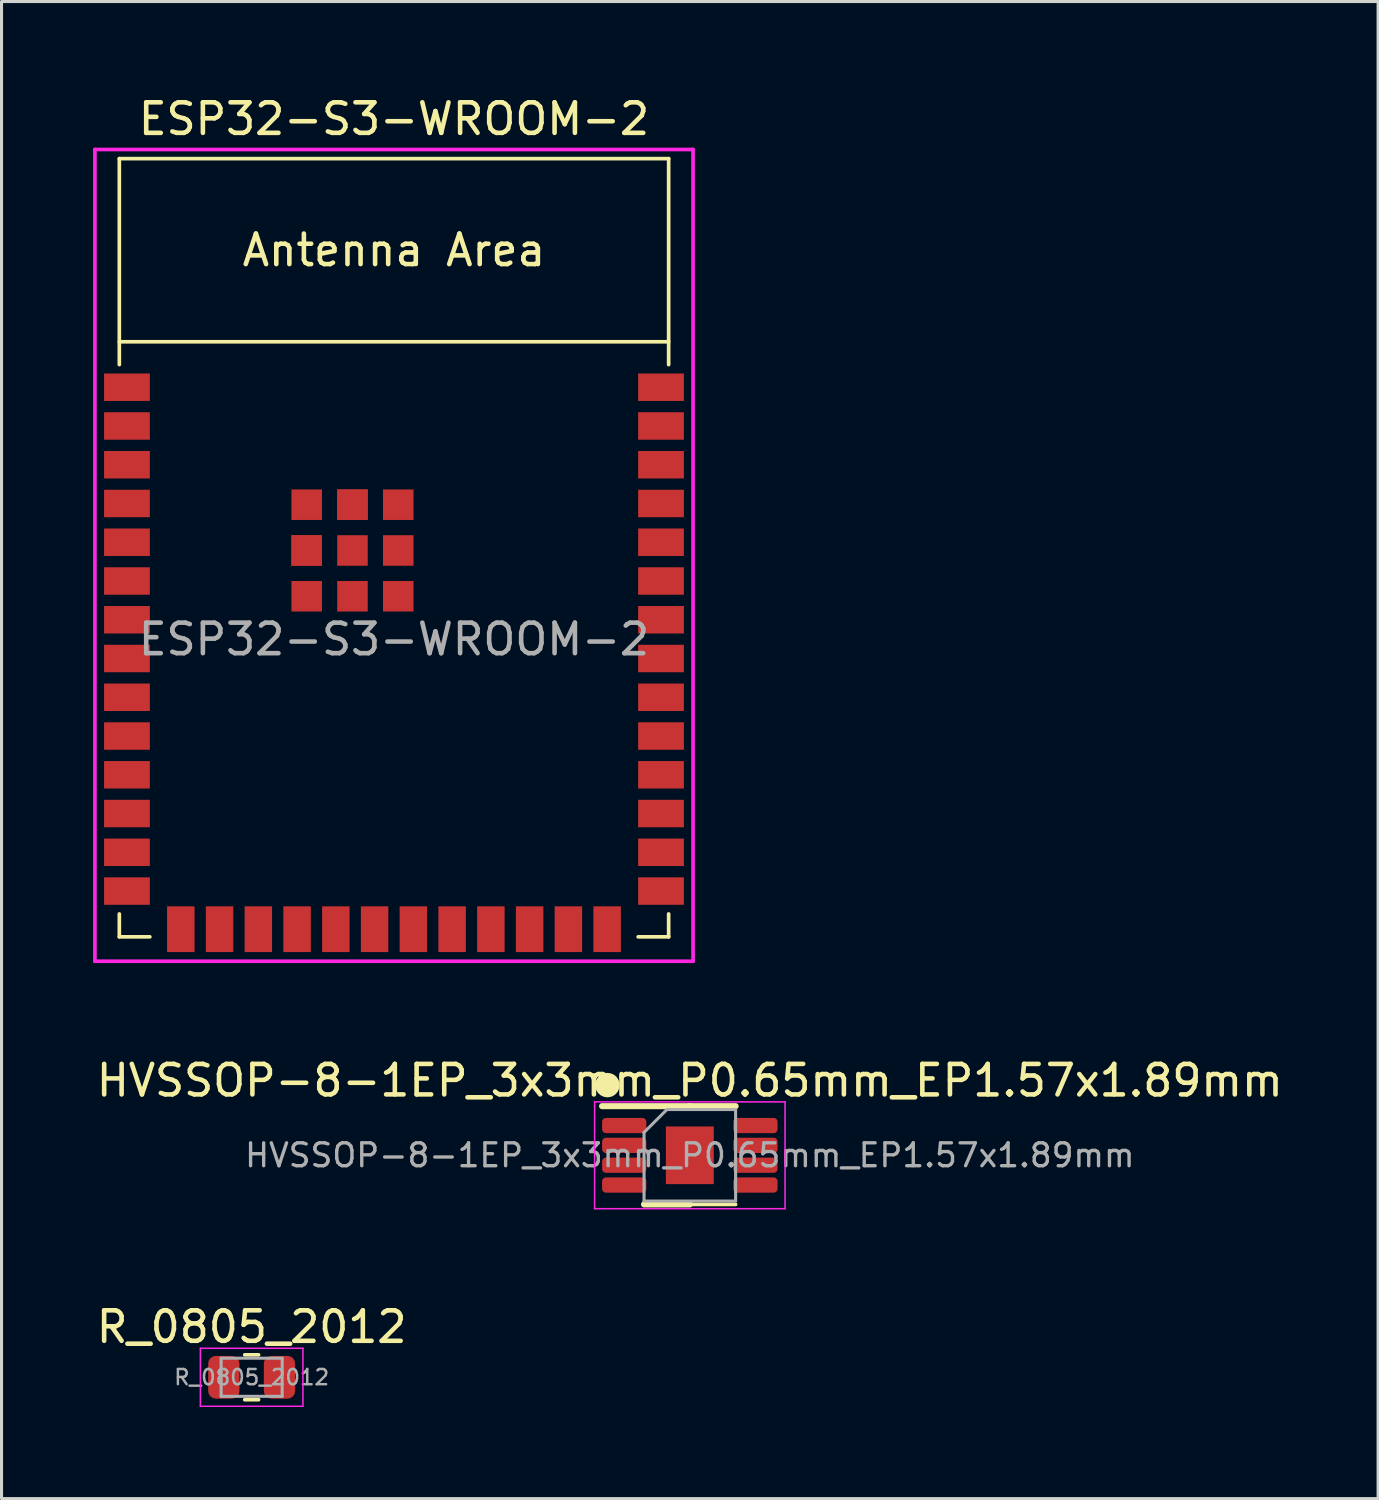
<source format=kicad_pcb>
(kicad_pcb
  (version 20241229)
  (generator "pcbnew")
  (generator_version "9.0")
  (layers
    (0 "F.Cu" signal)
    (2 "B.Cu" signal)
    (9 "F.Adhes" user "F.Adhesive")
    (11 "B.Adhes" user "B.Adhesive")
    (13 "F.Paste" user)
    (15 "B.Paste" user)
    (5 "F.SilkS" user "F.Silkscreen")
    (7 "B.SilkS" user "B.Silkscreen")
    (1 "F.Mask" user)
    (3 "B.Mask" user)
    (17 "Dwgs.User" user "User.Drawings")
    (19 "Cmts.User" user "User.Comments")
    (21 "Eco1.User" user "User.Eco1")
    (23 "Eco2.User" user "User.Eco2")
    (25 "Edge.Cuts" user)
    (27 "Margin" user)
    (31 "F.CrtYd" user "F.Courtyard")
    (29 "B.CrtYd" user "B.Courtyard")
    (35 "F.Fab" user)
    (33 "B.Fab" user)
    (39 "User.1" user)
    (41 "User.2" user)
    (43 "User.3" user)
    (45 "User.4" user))
  (footprint "R_0805_2012"
    (layer "F.Cu")
    (at 5.196 42.08)
    (property "Reference" "R_0805_2012" (at 0 -1.65 0) (layer "F.SilkS") (effects (font (size 1 1) (thickness 0.15))))
    (attr smd)
    (fp_line (start -0.227 -0.735) (end 0.227 -0.735) (stroke (width 0.12) (type solid)) (layer "F.SilkS"))
    (fp_line (start -0.227 0.735) (end 0.227 0.735) (stroke (width 0.12) (type solid)) (layer "F.SilkS"))
    (fp_line (start -1.68 -0.95) (end 1.68 -0.95) (stroke (width 0.05) (type solid)) (layer "F.CrtYd"))
    (fp_line (start -1.68 0.95) (end -1.68 -0.95) (stroke (width 0.05) (type solid)) (layer "F.CrtYd"))
    (fp_line (start 1.68 -0.95) (end 1.68 0.95) (stroke (width 0.05) (type solid)) (layer "F.CrtYd"))
    (fp_line (start 1.68 0.95) (end -1.68 0.95) (stroke (width 0.05) (type solid)) (layer "F.CrtYd"))
    (fp_line (start -1 -0.625) (end 1 -0.625) (stroke (width 0.1) (type solid)) (layer "F.Fab"))
    (fp_line (start -1 0.625) (end -1 -0.625) (stroke (width 0.1) (type solid)) (layer "F.Fab"))
    (fp_line (start 1 -0.625) (end 1 0.625) (stroke (width 0.1) (type solid)) (layer "F.Fab"))
    (fp_line (start 1 0.625) (end -1 0.625) (stroke (width 0.1) (type solid)) (layer "F.Fab"))
    (fp_text user "${REFERENCE}" (at 0 0 0) (layer "F.Fab") (effects (font (size 0.5 0.5) (thickness 0.08))))
    (pad "1" smd roundrect (at -0.912 0) (size 1.025 1.4) (layers "F.Cu" "F.Mask" "F.Paste") (roundrect_rratio 0.244))
    (pad "2" smd roundrect (at 0.912 0) (size 1.025 1.4) (layers "F.Cu" "F.Mask" "F.Paste") (roundrect_rratio 0.244)))
  (footprint "ESP32-S3-WROOM-2"
    (layer "F.Cu")
    (at 9.86 17.898)
    (property "Reference" "ESP32-S3-WROOM-2" (at 0 -17.05 0) (layer "F.SilkS") (effects (font (size 1 1) (thickness 0.15))))
    (attr smd)
    (fp_line (start -9 -15.75) (end -9 -9) (stroke (width 0.12) (type solid)) (layer "F.SilkS"))
    (fp_line (start -9 -15.75) (end 9 -15.75) (stroke (width 0.12) (type solid)) (layer "F.SilkS"))
    (fp_line (start -9 9) (end -9 9.75) (stroke (width 0.12) (type solid)) (layer "F.SilkS"))
    (fp_line (start -9 9.75) (end -8 9.75) (stroke (width 0.12) (type solid)) (layer "F.SilkS"))
    (fp_line (start 9 -15.75) (end 9 -9) (stroke (width 0.12) (type solid)) (layer "F.SilkS"))
    (fp_line (start 9 -9.75) (end -9 -9.75) (stroke (width 0.12) (type solid)) (layer "F.SilkS"))
    (fp_line (start 9 9) (end 9 9.75) (stroke (width 0.12) (type solid)) (layer "F.SilkS"))
    (fp_line (start 9 9.75) (end 8 9.75) (stroke (width 0.12) (type solid)) (layer "F.SilkS"))
    (fp_line (start -9 -15.75) (end 9 -15.75) (stroke (width 0.12) (type solid)) (layer "Eco2.User"))
    (fp_line (start -9 -9.75) (end 9 -9.75) (stroke (width 0.12) (type solid)) (layer "Eco2.User"))
    (fp_line (start -9 9.75) (end -9 -15.75) (stroke (width 0.12) (type solid)) (layer "Eco2.User"))
    (fp_line (start 9 -15.75) (end 9 9.75) (stroke (width 0.12) (type solid)) (layer "Eco2.User"))
    (fp_line (start 9 9.75) (end -9 9.75) (stroke (width 0.12) (type solid)) (layer "Eco2.User"))
    (fp_line (start -9.8 -16.05) (end -9.8 10.55) (stroke (width 0.12) (type solid)) (layer "F.CrtYd"))
    (fp_line (start -9.8 10.55) (end 9.8 10.55) (stroke (width 0.12) (type solid)) (layer "F.CrtYd"))
    (fp_line (start 9.8 -16.05) (end -9.8 -16.05) (stroke (width 0.12) (type solid)) (layer "F.CrtYd"))
    (fp_line (start 9.8 -16.05) (end 9.8 10.55) (stroke (width 0.12) (type solid)) (layer "F.CrtYd"))
    (fp_text user "Antenna Area" (at 0 -12.75 0) (layer "F.SilkS") (effects (font (size 1 1) (thickness 0.15))))
    (fp_text user "Antenna Area" (at 0 -12.75 0) (layer "Eco2.User") (effects (font (size 1 1) (thickness 0.15))))
    (fp_text user "${REFERENCE}" (at 0 0 0) (layer "F.Fab") (effects (font (size 1 1) (thickness 0.15))))
    (pad "1" smd rect (at -8.75 -8.26) (size 1.5 0.9) (layers "F.Cu" "F.Mask" "F.Paste"))
    (pad "2" smd rect (at -8.75 -6.99) (size 1.5 0.9) (layers "F.Cu" "F.Mask" "F.Paste"))
    (pad "3" smd rect (at -8.75 -5.72) (size 1.5 0.9) (layers "F.Cu" "F.Mask" "F.Paste"))
    (pad "4" smd rect (at -8.75 -4.45) (size 1.5 0.9) (layers "F.Cu" "F.Mask" "F.Paste"))
    (pad "5" smd rect (at -8.75 -3.18) (size 1.5 0.9) (layers "F.Cu" "F.Mask" "F.Paste"))
    (pad "6" smd rect (at -8.75 -1.91) (size 1.5 0.9) (layers "F.Cu" "F.Mask" "F.Paste"))
    (pad "7" smd rect (at -8.75 -0.64) (size 1.5 0.9) (layers "F.Cu" "F.Mask" "F.Paste"))
    (pad "8" smd rect (at -8.75 0.63) (size 1.5 0.9) (layers "F.Cu" "F.Mask" "F.Paste"))
    (pad "9" smd rect (at -8.75 1.9) (size 1.5 0.9) (layers "F.Cu" "F.Mask" "F.Paste"))
    (pad "10" smd rect (at -8.75 3.17) (size 1.5 0.9) (layers "F.Cu" "F.Mask" "F.Paste"))
    (pad "11" smd rect (at -8.75 4.44) (size 1.5 0.9) (layers "F.Cu" "F.Mask" "F.Paste"))
    (pad "12" smd rect (at -8.75 5.71) (size 1.5 0.9) (layers "F.Cu" "F.Mask" "F.Paste"))
    (pad "13" smd rect (at -8.75 6.98) (size 1.5 0.9) (layers "F.Cu" "F.Mask" "F.Paste"))
    (pad "14" smd rect (at -8.75 8.25) (size 1.5 0.9) (layers "F.Cu" "F.Mask" "F.Paste"))
    (pad "15" smd rect (at -6.985 9.5 90) (size 1.5 0.9) (layers "F.Cu" "F.Mask" "F.Paste"))
    (pad "16" smd rect (at -5.715 9.5 90) (size 1.5 0.9) (layers "F.Cu" "F.Mask" "F.Paste"))
    (pad "17" smd rect (at -4.445 9.5 90) (size 1.5 0.9) (layers "F.Cu" "F.Mask" "F.Paste"))
    (pad "18" smd rect (at -3.175 9.5 90) (size 1.5 0.9) (layers "F.Cu" "F.Mask" "F.Paste"))
    (pad "19" smd rect (at -1.905 9.5 90) (size 1.5 0.9) (layers "F.Cu" "F.Mask" "F.Paste"))
    (pad "20" smd rect (at -0.635 9.5 90) (size 1.5 0.9) (layers "F.Cu" "F.Mask" "F.Paste"))
    (pad "21" smd rect (at 0.635 9.5 90) (size 1.5 0.9) (layers "F.Cu" "F.Mask" "F.Paste"))
    (pad "22" smd rect (at 1.905 9.5 90) (size 1.5 0.9) (layers "F.Cu" "F.Mask" "F.Paste"))
    (pad "23" smd rect (at 3.175 9.5 90) (size 1.5 0.9) (layers "F.Cu" "F.Mask" "F.Paste"))
    (pad "24" smd rect (at 4.445 9.5 90) (size 1.5 0.9) (layers "F.Cu" "F.Mask" "F.Paste"))
    (pad "25" smd rect (at 5.715 9.5 90) (size 1.5 0.9) (layers "F.Cu" "F.Mask" "F.Paste"))
    (pad "26" smd rect (at 6.985 9.5 90) (size 1.5 0.9) (layers "F.Cu" "F.Mask" "F.Paste"))
    (pad "27" smd rect (at 8.75 8.25 180) (size 1.5 0.9) (layers "F.Cu" "F.Mask" "F.Paste"))
    (pad "28" smd rect (at 8.75 6.98 180) (size 1.5 0.9) (layers "F.Cu" "F.Mask" "F.Paste"))
    (pad "29" smd rect (at 8.75 5.71 180) (size 1.5 0.9) (layers "F.Cu" "F.Mask" "F.Paste"))
    (pad "30" smd rect (at 8.75 4.44 180) (size 1.5 0.9) (layers "F.Cu" "F.Mask" "F.Paste"))
    (pad "31" smd rect (at 8.75 3.17 180) (size 1.5 0.9) (layers "F.Cu" "F.Mask" "F.Paste"))
    (pad "32" smd rect (at 8.75 1.9 180) (size 1.5 0.9) (layers "F.Cu" "F.Mask" "F.Paste"))
    (pad "33" smd rect (at 8.75 0.63 180) (size 1.5 0.9) (layers "F.Cu" "F.Mask" "F.Paste"))
    (pad "34" smd rect (at 8.75 -0.64 180) (size 1.5 0.9) (layers "F.Cu" "F.Mask" "F.Paste"))
    (pad "35" smd rect (at 8.75 -1.91 180) (size 1.5 0.9) (layers "F.Cu" "F.Mask" "F.Paste"))
    (pad "36" smd rect (at 8.75 -3.18 180) (size 1.5 0.9) (layers "F.Cu" "F.Mask" "F.Paste"))
    (pad "37" smd rect (at 8.75 -4.45 180) (size 1.5 0.9) (layers "F.Cu" "F.Mask" "F.Paste"))
    (pad "38" smd rect (at 8.75 -5.72 180) (size 1.5 0.9) (layers "F.Cu" "F.Mask" "F.Paste"))
    (pad "39" smd rect (at 8.75 -6.99 180) (size 1.5 0.9) (layers "F.Cu" "F.Mask" "F.Paste"))
    (pad "40" smd rect (at 8.75 -8.26 180) (size 1.5 0.9) (layers "F.Cu" "F.Mask" "F.Paste"))
    (pad "41" smd rect (at -2.86 -4.41 180) (size 1 1) (layers "F.Cu" "F.Mask" "F.Paste"))
    (pad "41" smd rect (at -2.86 -2.91 180) (size 1 1) (layers "F.Cu" "F.Mask" "F.Paste"))
    (pad "41" smd rect (at -2.86 -2.91 180) (size 1 1) (layers "F.Cu" "F.Mask" "F.Paste"))
    (pad "41" smd rect (at -2.86 -1.41 180) (size 1 1) (layers "F.Cu" "F.Mask" "F.Paste"))
    (pad "41" smd rect (at -1.36 -4.41 180) (size 1 1) (layers "F.Cu" "F.Mask" "F.Paste"))
    (pad "41" smd rect (at -1.36 -4.41 180) (size 1 1) (layers "F.Cu" "F.Mask" "F.Paste"))
    (pad "41" smd rect (at -1.36 -2.91 180) (size 1 1) (layers "F.Cu" "F.Mask" "F.Paste"))
    (pad "41" smd rect (at -1.36 -1.41 180) (size 1 1) (layers "F.Cu" "F.Mask" "F.Paste"))
    (pad "41" smd rect (at 0.14 -4.41 180) (size 1 1) (layers "F.Cu" "F.Mask" "F.Paste"))
    (pad "41" smd rect (at 0.14 -2.91 180) (size 1 1) (layers "F.Cu" "F.Mask" "F.Paste"))
    (pad "41" smd rect (at 0.14 -1.41 180) (size 1 1) (layers "F.Cu" "F.Mask" "F.Paste")))
  (footprint "HVSSOP-8-1EP_3x3mm_P0.65mm_EP1.57x1.89mm"
    (layer "F.Cu")
    (at 19.554 34.806)
    (property "Reference" "HVSSOP-8-1EP_3x3mm_P0.65mm_EP1.57x1.89mm" (at 0 -2.45 0) (layer "F.SilkS") (effects (font (size 1 1) (thickness 0.15))))
    (attr smd)
    (fp_line (start 0 -1.61) (end -2.875 -1.61) (stroke (width 0.2) (type solid)) (layer "F.SilkS"))
    (fp_line (start 0 -1.61) (end 1.5 -1.61) (stroke (width 0.2) (type solid)) (layer "F.SilkS"))
    (fp_line (start 0 1.61) (end -1.5 1.61) (stroke (width 0.2) (type solid)) (layer "F.SilkS"))
    (fp_line (start 0 1.61) (end 1.5 1.61) (stroke (width 0.12) (type solid)) (layer "F.SilkS"))
    (fp_circle (center -2.7 -2.3) (end -2.5 -2.3) (stroke (width 0.4) (type solid)) (fill no) (layer "F.SilkS"))
    (fp_line (start -3.12 -1.75) (end -3.12 1.75) (stroke (width 0.05) (type solid)) (layer "F.CrtYd"))
    (fp_line (start -3.12 1.75) (end 3.12 1.75) (stroke (width 0.05) (type solid)) (layer "F.CrtYd"))
    (fp_line (start 3.12 -1.75) (end -3.12 -1.75) (stroke (width 0.05) (type solid)) (layer "F.CrtYd"))
    (fp_line (start 3.12 1.75) (end 3.12 -1.75) (stroke (width 0.05) (type solid)) (layer "F.CrtYd"))
    (fp_line (start -1.5 -0.75) (end -0.75 -1.5) (stroke (width 0.1) (type solid)) (layer "F.Fab"))
    (fp_line (start -1.5 1.5) (end -1.5 -0.75) (stroke (width 0.1) (type solid)) (layer "F.Fab"))
    (fp_line (start -0.75 -1.5) (end 1.5 -1.5) (stroke (width 0.1) (type solid)) (layer "F.Fab"))
    (fp_line (start 1.5 -1.5) (end 1.5 1.5) (stroke (width 0.1) (type solid)) (layer "F.Fab"))
    (fp_line (start 1.5 1.5) (end -1.5 1.5) (stroke (width 0.1) (type solid)) (layer "F.Fab"))
    (fp_text user "${REFERENCE}" (at 0 0 0) (layer "F.Fab") (effects (font (size 0.75 0.75) (thickness 0.11))))
    (pad "" smd roundrect (at -0.39 -0.47) (size 0.63 0.76) (layers "F.Paste") (roundrect_rratio 0.25))
    (pad "" smd roundrect (at -0.39 0.47) (size 0.63 0.76) (layers "F.Paste") (roundrect_rratio 0.25))
    (pad "" smd roundrect (at 0.39 -0.47) (size 0.63 0.76) (layers "F.Paste") (roundrect_rratio 0.25))
    (pad "" smd roundrect (at 0.39 0.47) (size 0.63 0.76) (layers "F.Paste") (roundrect_rratio 0.25))
    (pad "1" smd roundrect (at -2.15 -0.975) (size 1.45 0.5) (layers "F.Cu" "F.Mask" "F.Paste") (roundrect_rratio 0.25))
    (pad "2" smd roundrect (at -2.15 -0.325) (size 1.45 0.5) (layers "F.Cu" "F.Mask" "F.Paste") (roundrect_rratio 0.25))
    (pad "3" smd roundrect (at -2.15 0.325) (size 1.45 0.5) (layers "F.Cu" "F.Mask" "F.Paste") (roundrect_rratio 0.25))
    (pad "4" smd roundrect (at -2.15 0.975) (size 1.45 0.5) (layers "F.Cu" "F.Mask" "F.Paste") (roundrect_rratio 0.25))
    (pad "5" smd roundrect (at 2.15 0.975) (size 1.45 0.5) (layers "F.Cu" "F.Mask" "F.Paste") (roundrect_rratio 0.25))
    (pad "6" smd roundrect (at 2.15 0.325) (size 1.45 0.5) (layers "F.Cu" "F.Mask" "F.Paste") (roundrect_rratio 0.25))
    (pad "7" smd roundrect (at 2.15 -0.325) (size 1.45 0.5) (layers "F.Cu" "F.Mask" "F.Paste") (roundrect_rratio 0.25))
    (pad "8" smd roundrect (at 2.15 -0.975) (size 1.45 0.5) (layers "F.Cu" "F.Mask" "F.Paste") (roundrect_rratio 0.25))
    (pad "9" smd rect (at 0 0) (size 1.57 1.89) (layers "F.Cu" "F.Mask")))
  (gr_rect
    (start -3 -3)
    (end 42.107 46.055)
    (stroke (width 0.1) (type default))
    (fill no)
    (layer "Edge.Cuts")))
</source>
